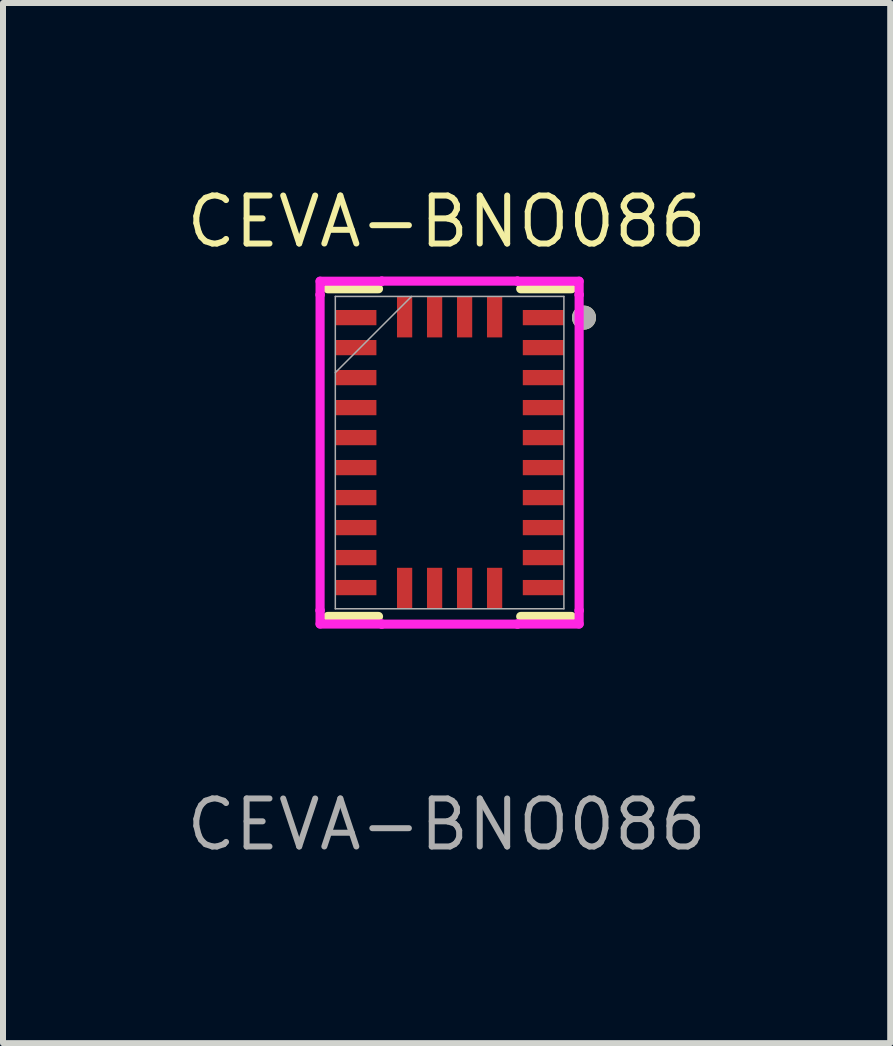
<source format=kicad_pcb>
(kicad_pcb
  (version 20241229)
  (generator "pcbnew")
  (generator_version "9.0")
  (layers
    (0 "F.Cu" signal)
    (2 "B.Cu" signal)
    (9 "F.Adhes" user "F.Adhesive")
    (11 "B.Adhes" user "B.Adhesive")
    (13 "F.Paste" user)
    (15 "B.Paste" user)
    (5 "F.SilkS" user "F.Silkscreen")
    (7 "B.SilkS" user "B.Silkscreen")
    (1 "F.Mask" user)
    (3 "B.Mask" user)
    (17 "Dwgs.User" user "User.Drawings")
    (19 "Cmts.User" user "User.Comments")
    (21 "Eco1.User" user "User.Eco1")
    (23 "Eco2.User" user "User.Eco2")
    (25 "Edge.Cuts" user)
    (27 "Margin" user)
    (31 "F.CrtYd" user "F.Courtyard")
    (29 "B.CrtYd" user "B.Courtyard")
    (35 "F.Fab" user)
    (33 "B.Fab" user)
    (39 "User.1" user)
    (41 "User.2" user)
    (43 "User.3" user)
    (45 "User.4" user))
  (footprint "CEVA-BNO086"
    (layer "F.Cu")
    (at 4.444 4.494)
    (property "Reference" "CEVA-BNO086" (at -0.05 -3.85 0) (unlocked yes) (layer "F.SilkS") (effects (font (size 0.8 0.8) (thickness 0.1))))
    (attr smd)
    (fp_line (start -2.032 2.731) (end -1.185 2.731) (stroke (width 0.152) (type solid)) (layer "F.SilkS"))
    (fp_line (start -1.185 -2.731) (end -2.032 -2.731) (stroke (width 0.152) (type solid)) (layer "F.SilkS"))
    (fp_line (start 1.185 2.731) (end 2.032 2.731) (stroke (width 0.152) (type solid)) (layer "F.SilkS"))
    (fp_line (start 2.032 -2.731) (end 1.185 -2.731) (stroke (width 0.152) (type solid)) (layer "F.SilkS"))
    (fp_circle (center 2.24 -2.25) (end 2.34 -2.25) (stroke (width 0.2) (type solid)) (fill no) (layer "F.SilkS"))
    (fp_line (start -2.159 -2.631) (end -2.159 -2.631) (stroke (width 0.152) (type solid)) (layer "F.CrtYd"))
    (fp_line (start -2.159 2.631) (end -2.159 -2.631) (stroke (width 0.152) (type solid)) (layer "F.CrtYd"))
    (fp_line (start -2.159 -2.857) (end -1.131 -2.857) (stroke (width 0.152) (type solid)) (layer "F.CrtYd"))
    (fp_line (start -2.159 -2.631) (end -2.159 -2.857) (stroke (width 0.152) (type solid)) (layer "F.CrtYd"))
    (fp_line (start -2.159 2.631) (end -2.159 2.631) (stroke (width 0.152) (type solid)) (layer "F.CrtYd"))
    (fp_line (start -2.159 2.857) (end -2.159 2.631) (stroke (width 0.152) (type solid)) (layer "F.CrtYd"))
    (fp_line (start -1.131 -2.859) (end 1.131 -2.859) (stroke (width 0.152) (type solid)) (layer "F.CrtYd"))
    (fp_line (start -1.131 -2.857) (end -1.131 -2.859) (stroke (width 0.152) (type solid)) (layer "F.CrtYd"))
    (fp_line (start -1.131 2.857) (end -2.159 2.857) (stroke (width 0.152) (type solid)) (layer "F.CrtYd"))
    (fp_line (start -1.131 2.859) (end -1.131 2.857) (stroke (width 0.152) (type solid)) (layer "F.CrtYd"))
    (fp_line (start 1.131 -2.859) (end 1.131 -2.857) (stroke (width 0.152) (type solid)) (layer "F.CrtYd"))
    (fp_line (start 1.131 -2.857) (end 2.159 -2.857) (stroke (width 0.152) (type solid)) (layer "F.CrtYd"))
    (fp_line (start 1.131 2.857) (end 1.131 2.859) (stroke (width 0.152) (type solid)) (layer "F.CrtYd"))
    (fp_line (start 1.131 2.859) (end -1.131 2.859) (stroke (width 0.152) (type solid)) (layer "F.CrtYd"))
    (fp_line (start 2.159 -2.857) (end 2.159 -2.631) (stroke (width 0.152) (type solid)) (layer "F.CrtYd"))
    (fp_line (start 2.159 -2.631) (end 2.159 -2.631) (stroke (width 0.152) (type solid)) (layer "F.CrtYd"))
    (fp_line (start 2.159 2.631) (end 2.159 2.857) (stroke (width 0.152) (type solid)) (layer "F.CrtYd"))
    (fp_line (start 2.159 2.857) (end 1.131 2.857) (stroke (width 0.152) (type solid)) (layer "F.CrtYd"))
    (fp_line (start 2.159 -2.631) (end 2.159 2.631) (stroke (width 0.152) (type solid)) (layer "F.CrtYd"))
    (fp_line (start 2.159 2.631) (end 2.159 2.631) (stroke (width 0.152) (type solid)) (layer "F.CrtYd"))
    (fp_line (start -1.905 -2.603) (end -1.905 2.603) (stroke (width 0.025) (type solid)) (layer "F.Fab"))
    (fp_line (start -1.905 -1.333) (end -0.635 -2.603) (stroke (width 0.025) (type solid)) (layer "F.Fab"))
    (fp_line (start -1.905 2.603) (end 1.905 2.603) (stroke (width 0.025) (type solid)) (layer "F.Fab"))
    (fp_line (start 1.905 -2.603) (end -1.905 -2.603) (stroke (width 0.025) (type solid)) (layer "F.Fab"))
    (fp_line (start 1.905 2.603) (end 1.905 -2.603) (stroke (width 0.025) (type solid)) (layer "F.Fab"))
    (fp_circle (center 2.24 -2.25) (end 2.34 -2.25) (stroke (width 0.2) (type solid)) (fill no) (layer "F.Fab"))
    (fp_text user "${REFERENCE}" (at -0.05 6.2 0) (unlocked yes) (layer "F.Fab") (effects (font (size 0.8 0.8) (thickness 0.1))))
    (pad "1" smd rect (at 1.563 -2.25) (size 0.686 0.254) (layers "F.Cu" "F.Mask" "F.Paste"))
    (pad "2" smd rect (at 0.75 -2.263 90) (size 0.686 0.254) (layers "F.Cu" "F.Mask" "F.Paste"))
    (pad "3" smd rect (at 0.25 -2.263 90) (size 0.686 0.254) (layers "F.Cu" "F.Mask" "F.Paste"))
    (pad "4" smd rect (at -0.25 -2.263 90) (size 0.686 0.254) (layers "F.Cu" "F.Mask" "F.Paste"))
    (pad "5" smd rect (at -0.75 -2.263 90) (size 0.686 0.254) (layers "F.Cu" "F.Mask" "F.Paste"))
    (pad "6" smd rect (at -1.563 -2.25) (size 0.686 0.254) (layers "F.Cu" "F.Mask" "F.Paste"))
    (pad "7" smd rect (at -1.563 -1.75) (size 0.686 0.254) (layers "F.Cu" "F.Mask" "F.Paste"))
    (pad "8" smd rect (at -1.563 -1.25) (size 0.686 0.254) (layers "F.Cu" "F.Mask" "F.Paste"))
    (pad "9" smd rect (at -1.563 -0.75) (size 0.686 0.254) (layers "F.Cu" "F.Mask" "F.Paste"))
    (pad "10" smd rect (at -1.563 -0.25) (size 0.686 0.254) (layers "F.Cu" "F.Mask" "F.Paste"))
    (pad "11" smd rect (at -1.563 0.25) (size 0.686 0.254) (layers "F.Cu" "F.Mask" "F.Paste"))
    (pad "12" smd rect (at -1.563 0.75) (size 0.686 0.254) (layers "F.Cu" "F.Mask" "F.Paste"))
    (pad "13" smd rect (at -1.563 1.25) (size 0.686 0.254) (layers "F.Cu" "F.Mask" "F.Paste"))
    (pad "14" smd rect (at -1.563 1.75) (size 0.686 0.254) (layers "F.Cu" "F.Mask" "F.Paste"))
    (pad "15" smd rect (at -1.563 2.25) (size 0.686 0.254) (layers "F.Cu" "F.Mask" "F.Paste"))
    (pad "16" smd rect (at -0.75 2.263 90) (size 0.686 0.254) (layers "F.Cu" "F.Mask" "F.Paste"))
    (pad "17" smd rect (at -0.25 2.263 90) (size 0.686 0.254) (layers "F.Cu" "F.Mask" "F.Paste"))
    (pad "18" smd rect (at 0.25 2.263 90) (size 0.686 0.254) (layers "F.Cu" "F.Mask" "F.Paste"))
    (pad "19" smd rect (at 0.75 2.263 90) (size 0.686 0.254) (layers "F.Cu" "F.Mask" "F.Paste"))
    (pad "20" smd rect (at 1.563 2.25) (size 0.686 0.254) (layers "F.Cu" "F.Mask" "F.Paste"))
    (pad "21" smd rect (at 1.563 1.75) (size 0.686 0.254) (layers "F.Cu" "F.Mask" "F.Paste"))
    (pad "22" smd rect (at 1.563 1.25) (size 0.686 0.254) (layers "F.Cu" "F.Mask" "F.Paste"))
    (pad "23" smd rect (at 1.563 0.75) (size 0.686 0.254) (layers "F.Cu" "F.Mask" "F.Paste"))
    (pad "24" smd rect (at 1.563 0.25) (size 0.686 0.254) (layers "F.Cu" "F.Mask" "F.Paste"))
    (pad "25" smd rect (at 1.563 -0.25) (size 0.686 0.254) (layers "F.Cu" "F.Mask" "F.Paste"))
    (pad "26" smd rect (at 1.563 -0.75) (size 0.686 0.254) (layers "F.Cu" "F.Mask" "F.Paste"))
    (pad "27" smd rect (at 1.563 -1.25) (size 0.686 0.254) (layers "F.Cu" "F.Mask" "F.Paste"))
    (pad "28" smd rect (at 1.563 -1.75) (size 0.686 0.254) (layers "F.Cu" "F.Mask" "F.Paste")))
  (gr_rect
    (start -3 -3)
    (end 11.788 14.337)
    (stroke (width 0.1) (type default))
    (fill no)
    (layer "Edge.Cuts")))
</source>
